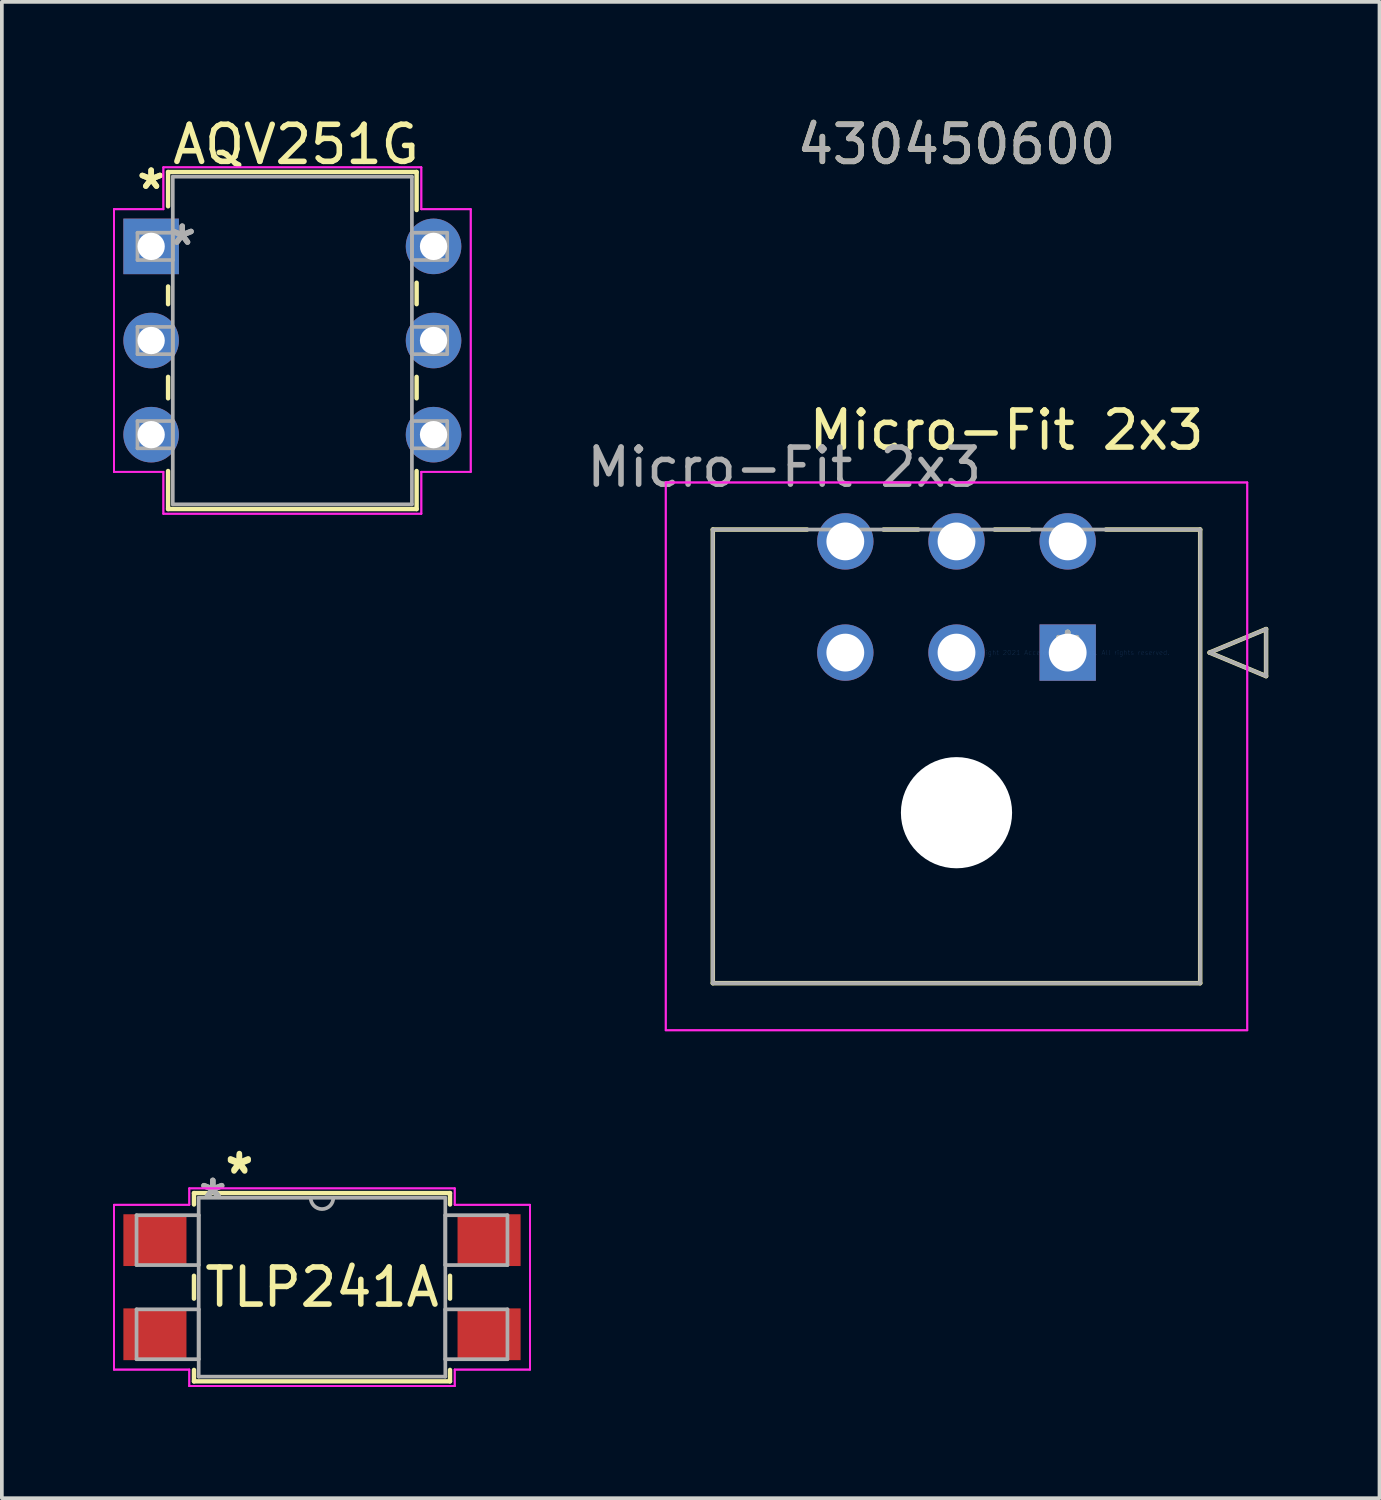
<source format=kicad_pcb>
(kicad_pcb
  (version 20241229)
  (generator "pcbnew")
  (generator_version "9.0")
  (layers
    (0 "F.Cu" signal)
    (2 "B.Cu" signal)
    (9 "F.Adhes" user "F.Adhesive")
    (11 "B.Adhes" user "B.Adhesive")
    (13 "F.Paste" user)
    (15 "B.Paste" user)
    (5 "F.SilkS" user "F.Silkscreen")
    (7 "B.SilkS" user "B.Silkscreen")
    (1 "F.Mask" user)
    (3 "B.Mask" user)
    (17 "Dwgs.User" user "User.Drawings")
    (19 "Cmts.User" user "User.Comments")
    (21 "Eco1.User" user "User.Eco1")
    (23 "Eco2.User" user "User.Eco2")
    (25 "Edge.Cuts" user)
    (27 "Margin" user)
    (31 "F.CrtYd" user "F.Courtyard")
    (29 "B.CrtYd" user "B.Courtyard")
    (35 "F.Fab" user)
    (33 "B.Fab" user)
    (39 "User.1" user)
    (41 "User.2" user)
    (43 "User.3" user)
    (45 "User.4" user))
  (footprint "AQV251G"
    (layer "F.Cu")
    (at 1.028 3.598)
    (property "Reference" "AQV251G" (at 3.91 -2.75 0) (layer "F.SilkS") (effects (font (size 1 1) (thickness 0.15))))
    (attr through_hole)
    (fp_line (start 0.457 -2.007) (end 0.457 -1.082) (stroke (width 0.12) (type solid)) (layer "F.SilkS"))
    (fp_line (start 0.457 1.082) (end 0.457 1.559) (stroke (width 0.12) (type solid)) (layer "F.SilkS"))
    (fp_line (start 0.457 3.521) (end 0.457 4.099) (stroke (width 0.12) (type solid)) (layer "F.SilkS"))
    (fp_line (start 0.457 6.061) (end 0.457 7.087) (stroke (width 0.12) (type solid)) (layer "F.SilkS"))
    (fp_line (start 0.457 7.087) (end 7.163 7.087) (stroke (width 0.12) (type solid)) (layer "F.SilkS"))
    (fp_line (start 7.163 -2.007) (end 0.457 -2.007) (stroke (width 0.12) (type solid)) (layer "F.SilkS"))
    (fp_line (start 7.163 -0.981) (end 7.163 -2.007) (stroke (width 0.12) (type solid)) (layer "F.SilkS"))
    (fp_line (start 7.163 1.559) (end 7.163 0.981) (stroke (width 0.12) (type solid)) (layer "F.SilkS"))
    (fp_line (start 7.163 4.099) (end 7.163 3.521) (stroke (width 0.12) (type solid)) (layer "F.SilkS"))
    (fp_line (start 7.163 7.087) (end 7.163 6.061) (stroke (width 0.12) (type solid)) (layer "F.SilkS"))
    (fp_line (start -1.003 -1.003) (end -1.003 6.083) (stroke (width 0.05) (type solid)) (layer "F.CrtYd"))
    (fp_line (start -1.003 -1.003) (end 0.33 -1.003) (stroke (width 0.05) (type solid)) (layer "F.CrtYd"))
    (fp_line (start -1.003 6.083) (end -1.003 -1.003) (stroke (width 0.05) (type solid)) (layer "F.CrtYd"))
    (fp_line (start -1.003 6.083) (end 0.33 6.083) (stroke (width 0.05) (type solid)) (layer "F.CrtYd"))
    (fp_line (start 0.33 -2.134) (end 0.33 -1.003) (stroke (width 0.05) (type solid)) (layer "F.CrtYd"))
    (fp_line (start 0.33 -2.134) (end 7.29 -2.134) (stroke (width 0.05) (type solid)) (layer "F.CrtYd"))
    (fp_line (start 0.33 -1.003) (end -1.003 -1.003) (stroke (width 0.05) (type solid)) (layer "F.CrtYd"))
    (fp_line (start 0.33 -1.003) (end 0.33 -2.134) (stroke (width 0.05) (type solid)) (layer "F.CrtYd"))
    (fp_line (start 0.33 6.083) (end -1.003 6.083) (stroke (width 0.05) (type solid)) (layer "F.CrtYd"))
    (fp_line (start 0.33 6.083) (end 0.33 7.214) (stroke (width 0.05) (type solid)) (layer "F.CrtYd"))
    (fp_line (start 0.33 7.214) (end 0.33 6.083) (stroke (width 0.05) (type solid)) (layer "F.CrtYd"))
    (fp_line (start 0.33 7.214) (end 7.29 7.214) (stroke (width 0.05) (type solid)) (layer "F.CrtYd"))
    (fp_line (start 7.29 -2.134) (end 0.33 -2.134) (stroke (width 0.05) (type solid)) (layer "F.CrtYd"))
    (fp_line (start 7.29 -2.134) (end 7.29 -1.003) (stroke (width 0.05) (type solid)) (layer "F.CrtYd"))
    (fp_line (start 7.29 -1.003) (end 7.29 -2.134) (stroke (width 0.05) (type solid)) (layer "F.CrtYd"))
    (fp_line (start 7.29 6.083) (end 7.29 7.214) (stroke (width 0.05) (type solid)) (layer "F.CrtYd"))
    (fp_line (start 7.29 6.083) (end 8.623 6.083) (stroke (width 0.05) (type solid)) (layer "F.CrtYd"))
    (fp_line (start 7.29 7.214) (end 0.33 7.214) (stroke (width 0.05) (type solid)) (layer "F.CrtYd"))
    (fp_line (start 7.29 7.214) (end 7.29 6.083) (stroke (width 0.05) (type solid)) (layer "F.CrtYd"))
    (fp_line (start 8.623 -1.003) (end 7.29 -1.003) (stroke (width 0.05) (type solid)) (layer "F.CrtYd"))
    (fp_line (start 8.623 -1.003) (end 7.29 -1.003) (stroke (width 0.05) (type solid)) (layer "F.CrtYd"))
    (fp_line (start 8.623 -1.003) (end 8.623 6.083) (stroke (width 0.05) (type solid)) (layer "F.CrtYd"))
    (fp_line (start 8.623 6.083) (end 7.29 6.083) (stroke (width 0.05) (type solid)) (layer "F.CrtYd"))
    (fp_line (start 8.623 6.083) (end 8.623 -1.003) (stroke (width 0.05) (type solid)) (layer "F.CrtYd"))
    (fp_line (start -0.368 -0.368) (end -0.368 0.368) (stroke (width 0.1) (type solid)) (layer "F.Fab"))
    (fp_line (start -0.368 0.368) (end 0.584 0.368) (stroke (width 0.1) (type solid)) (layer "F.Fab"))
    (fp_line (start -0.368 2.172) (end -0.368 2.908) (stroke (width 0.1) (type solid)) (layer "F.Fab"))
    (fp_line (start -0.368 2.908) (end 0.584 2.908) (stroke (width 0.1) (type solid)) (layer "F.Fab"))
    (fp_line (start -0.368 4.712) (end -0.368 5.448) (stroke (width 0.1) (type solid)) (layer "F.Fab"))
    (fp_line (start -0.368 5.448) (end 0.584 5.448) (stroke (width 0.1) (type solid)) (layer "F.Fab"))
    (fp_line (start 0.584 -1.88) (end 0.584 6.96) (stroke (width 0.1) (type solid)) (layer "F.Fab"))
    (fp_line (start 0.584 -0.368) (end -0.368 -0.368) (stroke (width 0.1) (type solid)) (layer "F.Fab"))
    (fp_line (start 0.584 0.368) (end 0.584 -0.368) (stroke (width 0.1) (type solid)) (layer "F.Fab"))
    (fp_line (start 0.584 2.172) (end -0.368 2.172) (stroke (width 0.1) (type solid)) (layer "F.Fab"))
    (fp_line (start 0.584 2.908) (end 0.584 2.172) (stroke (width 0.1) (type solid)) (layer "F.Fab"))
    (fp_line (start 0.584 4.712) (end -0.368 4.712) (stroke (width 0.1) (type solid)) (layer "F.Fab"))
    (fp_line (start 0.584 5.448) (end 0.584 4.712) (stroke (width 0.1) (type solid)) (layer "F.Fab"))
    (fp_line (start 0.584 6.96) (end 7.036 6.96) (stroke (width 0.1) (type solid)) (layer "F.Fab"))
    (fp_line (start 7.036 -1.88) (end 0.584 -1.88) (stroke (width 0.1) (type solid)) (layer "F.Fab"))
    (fp_line (start 7.036 -0.368) (end 7.036 0.368) (stroke (width 0.1) (type solid)) (layer "F.Fab"))
    (fp_line (start 7.036 0.368) (end 7.988 0.368) (stroke (width 0.1) (type solid)) (layer "F.Fab"))
    (fp_line (start 7.036 2.172) (end 7.036 2.908) (stroke (width 0.1) (type solid)) (layer "F.Fab"))
    (fp_line (start 7.036 2.908) (end 7.988 2.908) (stroke (width 0.1) (type solid)) (layer "F.Fab"))
    (fp_line (start 7.036 4.712) (end 7.036 5.448) (stroke (width 0.1) (type solid)) (layer "F.Fab"))
    (fp_line (start 7.036 5.448) (end 7.988 5.448) (stroke (width 0.1) (type solid)) (layer "F.Fab"))
    (fp_line (start 7.036 6.96) (end 7.036 -1.88) (stroke (width 0.1) (type solid)) (layer "F.Fab"))
    (fp_line (start 7.988 -0.368) (end 7.036 -0.368) (stroke (width 0.1) (type solid)) (layer "F.Fab"))
    (fp_line (start 7.988 0.368) (end 7.988 -0.368) (stroke (width 0.1) (type solid)) (layer "F.Fab"))
    (fp_line (start 7.988 2.172) (end 7.036 2.172) (stroke (width 0.1) (type solid)) (layer "F.Fab"))
    (fp_line (start 7.988 2.908) (end 7.988 2.172) (stroke (width 0.1) (type solid)) (layer "F.Fab"))
    (fp_line (start 7.988 4.712) (end 7.036 4.712) (stroke (width 0.1) (type solid)) (layer "F.Fab"))
    (fp_line (start 7.988 5.448) (end 7.988 4.712) (stroke (width 0.1) (type solid)) (layer "F.Fab"))
    (fp_text user "*" (at 0 -1.511 0) (layer "F.SilkS") (effects (font (size 1 1) (thickness 0.15))))
    (fp_text user "*" (at 0 -1.511 0) (layer "F.SilkS") (effects (font (size 1 1) (thickness 0.15))))
    (fp_text user "*" (at 0.838 0 0) (layer "F.Fab") (effects (font (size 1 1) (thickness 0.15))))
    (fp_text user "*" (at 0.838 0 0) (layer "F.Fab") (effects (font (size 1 1) (thickness 0.15))))
    (pad "1" thru_hole rect (at 0 0) (size 1.499 1.499) (drill 0.737) (layers "*.Cu" "*.Mask"))
    (pad "2" thru_hole circle (at 0 2.54) (size 1.499 1.499) (drill 0.737) (layers "*.Cu" "*.Mask"))
    (pad "3" thru_hole circle (at 0 5.08) (size 1.499 1.499) (drill 0.737) (layers "*.Cu" "*.Mask"))
    (pad "4" thru_hole circle (at 7.62 5.08) (size 1.499 1.499) (drill 0.737) (layers "*.Cu" "*.Mask"))
    (pad "5" thru_hole circle (at 7.62 2.54) (size 1.499 1.499) (drill 0.737) (layers "*.Cu" "*.Mask"))
    (pad "6" thru_hole circle (at 7.62 0) (size 1.499 1.499) (drill 0.737) (layers "*.Cu" "*.Mask")))
  (footprint "TLP241A"
    (layer "F.Cu")
    (at 5.638 31.681)
    (property "Reference" "TLP241A" (at 0 0 0) (layer "F.SilkS") (effects (font (size 1 1) (thickness 0.15))))
    (attr through_hole)
    (fp_line (start -3.454 -2.54) (end -3.454 -2.232) (stroke (width 0.12) (type solid)) (layer "F.SilkS"))
    (fp_line (start -3.454 -0.308) (end -3.454 0.308) (stroke (width 0.12) (type solid)) (layer "F.SilkS"))
    (fp_line (start -3.454 2.232) (end -3.454 2.54) (stroke (width 0.12) (type solid)) (layer "F.SilkS"))
    (fp_line (start -3.454 2.54) (end 3.454 2.54) (stroke (width 0.12) (type solid)) (layer "F.SilkS"))
    (fp_line (start 3.454 -2.54) (end -3.454 -2.54) (stroke (width 0.12) (type solid)) (layer "F.SilkS"))
    (fp_line (start 3.454 -2.232) (end 3.454 -2.54) (stroke (width 0.12) (type solid)) (layer "F.SilkS"))
    (fp_line (start 3.454 0.308) (end 3.454 -0.308) (stroke (width 0.12) (type solid)) (layer "F.SilkS"))
    (fp_line (start 3.454 2.54) (end 3.454 2.232) (stroke (width 0.12) (type solid)) (layer "F.SilkS"))
    (fp_line (start -5.613 -2.223) (end -3.581 -2.223) (stroke (width 0.05) (type solid)) (layer "F.CrtYd"))
    (fp_line (start -5.613 -2.223) (end -3.581 -2.223) (stroke (width 0.05) (type solid)) (layer "F.CrtYd"))
    (fp_line (start -5.613 2.223) (end -5.613 -2.223) (stroke (width 0.05) (type solid)) (layer "F.CrtYd"))
    (fp_line (start -5.613 2.223) (end -5.613 -2.223) (stroke (width 0.05) (type solid)) (layer "F.CrtYd"))
    (fp_line (start -5.613 2.223) (end -3.581 2.223) (stroke (width 0.05) (type solid)) (layer "F.CrtYd"))
    (fp_line (start -3.581 -2.667) (end 3.581 -2.667) (stroke (width 0.05) (type solid)) (layer "F.CrtYd"))
    (fp_line (start -3.581 -2.667) (end 3.581 -2.667) (stroke (width 0.05) (type solid)) (layer "F.CrtYd"))
    (fp_line (start -3.581 -2.223) (end -3.581 -2.667) (stroke (width 0.05) (type solid)) (layer "F.CrtYd"))
    (fp_line (start -3.581 -2.223) (end -3.581 -2.667) (stroke (width 0.05) (type solid)) (layer "F.CrtYd"))
    (fp_line (start -3.581 2.223) (end -5.613 2.223) (stroke (width 0.05) (type solid)) (layer "F.CrtYd"))
    (fp_line (start -3.581 2.667) (end -3.581 2.223) (stroke (width 0.05) (type solid)) (layer "F.CrtYd"))
    (fp_line (start -3.581 2.667) (end -3.581 2.223) (stroke (width 0.05) (type solid)) (layer "F.CrtYd"))
    (fp_line (start 3.581 -2.667) (end 3.581 -2.223) (stroke (width 0.05) (type solid)) (layer "F.CrtYd"))
    (fp_line (start 3.581 -2.667) (end 3.581 -2.223) (stroke (width 0.05) (type solid)) (layer "F.CrtYd"))
    (fp_line (start 3.581 -2.223) (end 5.613 -2.223) (stroke (width 0.05) (type solid)) (layer "F.CrtYd"))
    (fp_line (start 3.581 2.223) (end 3.581 2.667) (stroke (width 0.05) (type solid)) (layer "F.CrtYd"))
    (fp_line (start 3.581 2.223) (end 3.581 2.667) (stroke (width 0.05) (type solid)) (layer "F.CrtYd"))
    (fp_line (start 3.581 2.667) (end -3.581 2.667) (stroke (width 0.05) (type solid)) (layer "F.CrtYd"))
    (fp_line (start 3.581 2.667) (end -3.581 2.667) (stroke (width 0.05) (type solid)) (layer "F.CrtYd"))
    (fp_line (start 5.613 -2.223) (end 3.581 -2.223) (stroke (width 0.05) (type solid)) (layer "F.CrtYd"))
    (fp_line (start 5.613 -2.223) (end 5.613 2.223) (stroke (width 0.05) (type solid)) (layer "F.CrtYd"))
    (fp_line (start 5.613 -2.223) (end 5.613 2.223) (stroke (width 0.05) (type solid)) (layer "F.CrtYd"))
    (fp_line (start 5.613 2.223) (end 3.581 2.223) (stroke (width 0.05) (type solid)) (layer "F.CrtYd"))
    (fp_line (start 5.613 2.223) (end 3.581 2.223) (stroke (width 0.05) (type solid)) (layer "F.CrtYd"))
    (fp_line (start -5.004 -1.943) (end -5.004 -0.597) (stroke (width 0.1) (type solid)) (layer "F.Fab"))
    (fp_line (start -5.004 -0.597) (end -3.327 -0.597) (stroke (width 0.1) (type solid)) (layer "F.Fab"))
    (fp_line (start -5.004 0.597) (end -5.004 1.943) (stroke (width 0.1) (type solid)) (layer "F.Fab"))
    (fp_line (start -5.004 1.943) (end -3.327 1.943) (stroke (width 0.1) (type solid)) (layer "F.Fab"))
    (fp_line (start -3.327 -2.413) (end -3.327 2.413) (stroke (width 0.1) (type solid)) (layer "F.Fab"))
    (fp_line (start -3.327 -1.943) (end -5.004 -1.943) (stroke (width 0.1) (type solid)) (layer "F.Fab"))
    (fp_line (start -3.327 -0.597) (end -3.327 -1.943) (stroke (width 0.1) (type solid)) (layer "F.Fab"))
    (fp_line (start -3.327 0.597) (end -5.004 0.597) (stroke (width 0.1) (type solid)) (layer "F.Fab"))
    (fp_line (start -3.327 1.943) (end -3.327 0.597) (stroke (width 0.1) (type solid)) (layer "F.Fab"))
    (fp_line (start -3.327 2.413) (end 3.327 2.413) (stroke (width 0.1) (type solid)) (layer "F.Fab"))
    (fp_line (start 3.327 -2.413) (end -3.327 -2.413) (stroke (width 0.1) (type solid)) (layer "F.Fab"))
    (fp_line (start 3.327 -1.943) (end 3.327 -0.597) (stroke (width 0.1) (type solid)) (layer "F.Fab"))
    (fp_line (start 3.327 -0.597) (end 5.004 -0.597) (stroke (width 0.1) (type solid)) (layer "F.Fab"))
    (fp_line (start 3.327 0.597) (end 3.327 1.943) (stroke (width 0.1) (type solid)) (layer "F.Fab"))
    (fp_line (start 3.327 1.943) (end 5.004 1.943) (stroke (width 0.1) (type solid)) (layer "F.Fab"))
    (fp_line (start 3.327 2.413) (end 3.327 -2.413) (stroke (width 0.1) (type solid)) (layer "F.Fab"))
    (fp_line (start 5.004 -1.943) (end 3.327 -1.943) (stroke (width 0.1) (type solid)) (layer "F.Fab"))
    (fp_line (start 5.004 -0.597) (end 5.004 -1.943) (stroke (width 0.1) (type solid)) (layer "F.Fab"))
    (fp_line (start 5.004 0.597) (end 3.327 0.597) (stroke (width 0.1) (type solid)) (layer "F.Fab"))
    (fp_line (start 5.004 1.943) (end 5.004 0.597) (stroke (width 0.1) (type solid)) (layer "F.Fab"))
    (fp_arc (start 0.3048 -2.413) (mid 0 -2.1082) (end -0.3048 -2.413) (stroke (width 0.1) (type solid)) (layer "F.Fab"))
    (fp_text user "*" (at -2.23 -3.02 0) (layer "F.SilkS") (effects (font (size 1 1) (thickness 0.15))))
    (fp_text user "*" (at -2.23 -3.06 0) (layer "F.SilkS") (effects (font (size 1 1) (thickness 0.15))))
    (fp_text user "*" (at -2.946 -2.337 0) (layer "F.Fab") (effects (font (size 1 1) (thickness 0.15))))
    (fp_text user "*" (at -2.946 -2.337 0) (layer "F.Fab") (effects (font (size 1 1) (thickness 0.15))))
    (pad "1" smd rect (at -4.508 -1.27) (size 1.702 1.397) (layers "F.Cu" "F.Mask" "F.Paste"))
    (pad "2" smd rect (at -4.508 1.27) (size 1.702 1.397) (layers "F.Cu" "F.Mask" "F.Paste"))
    (pad "3" smd rect (at 4.508 1.27) (size 1.702 1.397) (layers "F.Cu" "F.Mask" "F.Paste"))
    (pad "4" smd rect (at 4.508 -1.27) (size 1.702 1.397) (layers "F.Cu" "F.Mask" "F.Paste")))
  (footprint "Micro-Fit 2x3"
    (layer "F.Cu")
    (at 22.758 15.878)
    (property "Reference" "Micro-Fit 2x3" (at 1.353 -7.32 0) (unlocked yes) (layer "F.SilkS") (effects (font (size 1 1) (thickness 0.15))))
    (attr through_hole)
    (fp_line (start -6.575 -4.64) (end -6.575 7.6) (stroke (width 0.12) (type solid)) (layer "F.SilkS"))
    (fp_line (start -6.575 7.6) (end 6.575 7.6) (stroke (width 0.12) (type solid)) (layer "F.SilkS"))
    (fp_line (start -4.032 -4.64) (end -6.575 -4.64) (stroke (width 0.12) (type solid)) (layer "F.SilkS"))
    (fp_line (start -1.032 -4.64) (end -1.968 -4.64) (stroke (width 0.12) (type solid)) (layer "F.SilkS"))
    (fp_line (start 1.968 -4.64) (end 1.032 -4.64) (stroke (width 0.12) (type solid)) (layer "F.SilkS"))
    (fp_line (start 6.575 -4.64) (end 4.032 -4.64) (stroke (width 0.12) (type solid)) (layer "F.SilkS"))
    (fp_line (start 6.575 7.6) (end 6.575 -4.64) (stroke (width 0.12) (type solid)) (layer "F.SilkS"))
    (fp_line (start 6.829 -1.32) (end 8.353 -1.955) (stroke (width 0.12) (type solid)) (layer "F.SilkS"))
    (fp_line (start 8.353 -1.955) (end 8.353 -0.685) (stroke (width 0.12) (type solid)) (layer "F.SilkS"))
    (fp_line (start 8.353 -0.685) (end 6.829 -1.32) (stroke (width 0.12) (type solid)) (layer "F.SilkS"))
    (fp_line (start -7.845 -5.91) (end -7.845 8.87) (stroke (width 0.05) (type solid)) (layer "F.CrtYd"))
    (fp_line (start -7.845 -5.91) (end -7.845 8.87) (stroke (width 0.05) (type solid)) (layer "F.CrtYd"))
    (fp_line (start -7.845 8.87) (end 7.845 8.87) (stroke (width 0.05) (type solid)) (layer "F.CrtYd"))
    (fp_line (start -7.845 8.87) (end 7.845 8.87) (stroke (width 0.05) (type solid)) (layer "F.CrtYd"))
    (fp_line (start 7.845 -5.91) (end -7.845 -5.91) (stroke (width 0.05) (type solid)) (layer "F.CrtYd"))
    (fp_line (start 7.845 -5.91) (end -7.845 -5.91) (stroke (width 0.05) (type solid)) (layer "F.CrtYd"))
    (fp_line (start 7.845 8.87) (end 7.845 -5.91) (stroke (width 0.05) (type solid)) (layer "F.CrtYd"))
    (fp_line (start 7.845 8.87) (end 7.845 -5.91) (stroke (width 0.05) (type solid)) (layer "F.CrtYd"))
    (fp_line (start -6.575 -4.64) (end -6.575 7.6) (stroke (width 0.1) (type solid)) (layer "F.Fab"))
    (fp_line (start -6.575 7.6) (end 6.575 7.6) (stroke (width 0.1) (type solid)) (layer "F.Fab"))
    (fp_line (start 6.575 -4.64) (end -6.575 -4.64) (stroke (width 0.1) (type solid)) (layer "F.Fab"))
    (fp_line (start 6.575 7.6) (end 6.575 -4.64) (stroke (width 0.1) (type solid)) (layer "F.Fab"))
    (fp_line (start 6.829 -1.32) (end 8.353 -1.955) (stroke (width 0.1) (type solid)) (layer "F.Fab"))
    (fp_line (start 8.353 -1.955) (end 8.353 -0.685) (stroke (width 0.1) (type solid)) (layer "F.Fab"))
    (fp_line (start 8.353 -0.685) (end 6.829 -1.32) (stroke (width 0.1) (type solid)) (layer "F.Fab"))
    (fp_text user "430450600" (at -0.000003 -15.03 0) (layer "F.SilkS") (effects (font (size 1 1) (thickness 0.15))))
    (fp_text user "*" (at 3 -1.32 0) (layer "F.SilkS") (effects (font (size 1 1) (thickness 0.15))))
    (fp_text user "Copyright 2021 Accelerated Designs. All rights reserved." (at 3 -1.32 0) (layer "Cmts.User") (effects (font (size 0.127 0.127) (thickness 0.002))))
    (fp_text user "*" (at 3 -1.32 0) (layer "F.Fab") (effects (font (size 1 1) (thickness 0.15))))
    (fp_text user "${REFERENCE}" (at -4.647 -6.32 0) (unlocked yes) (layer "F.Fab") (effects (font (size 1 1) (thickness 0.15))))
    (fp_text user "430450600" (at -0.000003 -15.03 0) (layer "F.Fab") (effects (font (size 1 1) (thickness 0.15))))
    (pad "" np_thru_hole circle (at 0 3) (size 3 3) (drill 3) (layers "*.Cu" "*.Mask"))
    (pad "1" thru_hole rect (at 3 -1.32) (size 1.52 1.52) (drill 1.02) (layers "*.Cu" "*.Mask"))
    (pad "2" thru_hole circle (at 0 -1.32) (size 1.52 1.52) (drill 1.02) (layers "*.Cu" "*.Mask"))
    (pad "3" thru_hole circle (at -3 -1.32) (size 1.52 1.52) (drill 1.02) (layers "*.Cu" "*.Mask"))
    (pad "4" thru_hole circle (at 3 -4.32) (size 1.52 1.52) (drill 1.02) (layers "*.Cu" "*.Mask"))
    (pad "5" thru_hole circle (at 0 -4.32) (size 1.52 1.52) (drill 1.02) (layers "*.Cu" "*.Mask"))
    (pad "6" thru_hole circle (at -3 -4.32) (size 1.52 1.52) (drill 1.02) (layers "*.Cu" "*.Mask")))
  (gr_rect
    (start -3 -3)
    (end 34.171 37.373)
    (stroke (width 0.1) (type default))
    (fill no)
    (layer "Edge.Cuts")))
</source>
